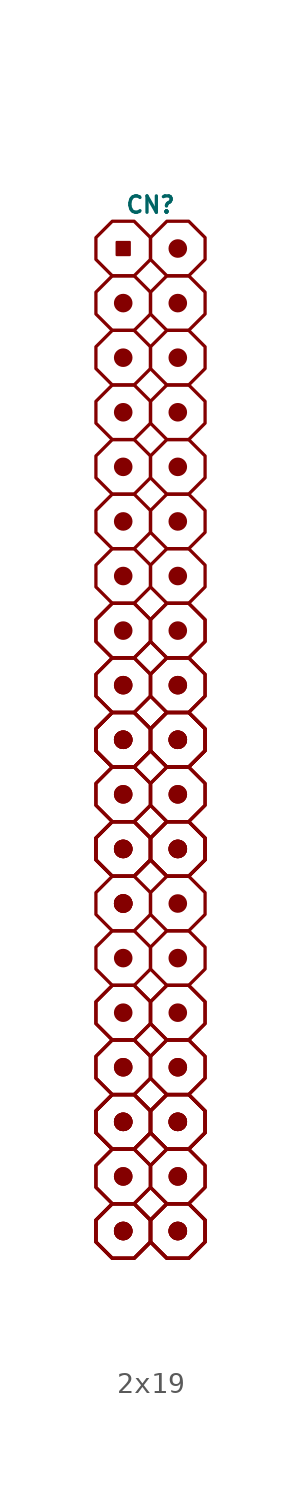
<source format=kicad_sym>
(kicad_symbol_lib
  (version 20220914)
  (generator kicad_symbol_editor)
  (symbol "2x19"
    (pin_numbers hide)
    (pin_names
      (offset 0) hide)
    (property "Reference" "CN"
      (at 0 24.892 0)
      (effects (font (size 0.762 0.762))))
    (symbol "2x19_0_1"
      (rectangle (start -1.575 23.165) (end -0.965 22.555) (stroke (width 0.102) (type solid)) (fill (type outline)))
      (circle (center -1.27 -22.86) (radius 0.356) (stroke (width 0) (type solid)) (fill (type outline)))
      (circle (center -1.27 -22.86) (radius 0.356) (stroke (width 0) (type solid)) (fill (type outline)))
      (circle (center -1.27 -22.86) (radius 0.356) (stroke (width 0) (type solid)) (fill (type outline)))
      (circle (center -1.27 -22.86) (radius 0.356) (stroke (width 0) (type solid)) (fill (type outline)))
      (circle (center -1.27 -20.32) (radius 0.356) (stroke (width 0) (type solid)) (fill (type outline)))
      (circle (center -1.27 -20.32) (radius 0.356) (stroke (width 0) (type solid)) (fill (type outline)))
      (circle (center -1.27 -17.78) (radius 0.356) (stroke (width 0) (type solid)) (fill (type outline)))
      (circle (center -1.27 -17.78) (radius 0.356) (stroke (width 0) (type solid)) (fill (type outline)))
      (circle (center -1.27 -17.78) (radius 0.356) (stroke (width 0) (type solid)) (fill (type outline)))
      (circle (center -1.27 -17.78) (radius 0.356) (stroke (width 0) (type solid)) (fill (type outline)))
      (circle (center -1.27 -15.24) (radius 0.356) (stroke (width 0) (type solid)) (fill (type outline)))
      (circle (center -1.27 -15.24) (radius 0.356) (stroke (width 0) (type solid)) (fill (type outline)))
      (circle (center -1.27 -12.7) (radius 0.356) (stroke (width 0) (type solid)) (fill (type outline)))
      (circle (center -1.27 -10.16) (radius 0.356) (stroke (width 0) (type solid)) (fill (type outline)))
      (circle (center -1.27 -7.62) (radius 0.356) (stroke (width 0) (type solid)) (fill (type outline)))
      (circle (center -1.27 -7.62) (radius 0.356) (stroke (width 0) (type solid)) (fill (type outline)))
      (circle (center -1.27 -7.62) (radius 0.356) (stroke (width 0) (type solid)) (fill (type outline)))
      (circle (center -1.27 -7.62) (radius 0.356) (stroke (width 0) (type solid)) (fill (type outline)))
      (circle (center -1.27 -5.08) (radius 0.356) (stroke (width 0) (type solid)) (fill (type outline)))
      (circle (center -1.27 -5.08) (radius 0.356) (stroke (width 0) (type solid)) (fill (type outline)))
      (circle (center -1.27 -5.08) (radius 0.356) (stroke (width 0) (type solid)) (fill (type outline)))
      (circle (center -1.27 -5.08) (radius 0.356) (stroke (width 0) (type solid)) (fill (type outline)))
      (circle (center -1.27 -2.54) (radius 0.356) (stroke (width 0) (type solid)) (fill (type outline)))
      (circle (center -1.27 -2.54) (radius 0.356) (stroke (width 0) (type solid)) (fill (type outline)))
      (circle (center -1.27 0) (radius 0.356) (stroke (width 0) (type solid)) (fill (type outline)))
      (circle (center -1.27 0) (radius 0.356) (stroke (width 0) (type solid)) (fill (type outline)))
      (circle (center -1.27 0) (radius 0.356) (stroke (width 0) (type solid)) (fill (type outline)))
      (circle (center -1.27 0) (radius 0.356) (stroke (width 0) (type solid)) (fill (type outline)))
      (circle (center -1.27 2.54) (radius 0.356) (stroke (width 0) (type solid)) (fill (type outline)))
      (circle (center -1.27 2.54) (radius 0.356) (stroke (width 0) (type solid)) (fill (type outline)))
      (circle (center -1.27 5.08) (radius 0.356) (stroke (width 0) (type solid)) (fill (type outline)))
      (circle (center -1.27 7.62) (radius 0.356) (stroke (width 0) (type solid)) (fill (type outline)))
      (circle (center -1.27 10.16) (radius 0.356) (stroke (width 0) (type solid)) (fill (type outline)))
      (circle (center -1.27 12.7) (radius 0.356) (stroke (width 0) (type solid)) (fill (type outline)))
      (circle (center -1.27 15.24) (radius 0.356) (stroke (width 0) (type solid)) (fill (type outline)))
      (circle (center -1.27 17.78) (radius 0.356) (stroke (width 0) (type solid)) (fill (type outline)))
      (circle (center -1.27 20.32) (radius 0.356) (stroke (width 0) (type solid)) (fill (type outline)))
      (polyline (pts (xy -1.27 -24.13) (xy -1.778 -24.13) (xy -2.54 -23.368) (xy -2.54 -22.352) (xy -1.778 -21.59) (xy -0.762 -21.59) (xy 0 -22.352) (xy 0 -23.368) (xy -0.762 -24.13) (xy -1.27 -24.13)) (stroke (width 0) (type solid)) (fill (type none)))
      (polyline (pts (xy -1.27 -24.13) (xy -1.778 -24.13) (xy -2.54 -23.368) (xy -2.54 -22.352) (xy -1.778 -21.59) (xy -0.762 -21.59) (xy 0 -22.352) (xy 0 -23.368) (xy -0.762 -24.13) (xy -1.27 -24.13)) (stroke (width 0) (type solid)) (fill (type none)))
      (polyline (pts (xy -1.27 -24.13) (xy -1.778 -24.13) (xy -2.54 -23.368) (xy -2.54 -22.352) (xy -1.778 -21.59) (xy -0.762 -21.59) (xy 0 -22.352) (xy 0 -23.368) (xy -0.762 -24.13) (xy -1.27 -24.13)) (stroke (width 0) (type solid)) (fill (type none)))
      (polyline (pts (xy -1.27 -24.13) (xy -1.778 -24.13) (xy -2.54 -23.368) (xy -2.54 -22.352) (xy -1.778 -21.59) (xy -0.762 -21.59) (xy 0 -22.352) (xy 0 -23.368) (xy -0.762 -24.13) (xy -1.27 -24.13)) (stroke (width 0) (type solid)) (fill (type none)))
      (polyline (pts (xy -1.27 -21.59) (xy -1.778 -21.59) (xy -2.54 -20.828) (xy -2.54 -19.812) (xy -1.778 -19.05) (xy -0.762 -19.05) (xy 0 -19.812) (xy 0 -20.828) (xy -0.762 -21.59) (xy -1.27 -21.59)) (stroke (width 0) (type solid)) (fill (type none)))
      (polyline (pts (xy -1.27 -21.59) (xy -1.778 -21.59) (xy -2.54 -20.828) (xy -2.54 -19.812) (xy -1.778 -19.05) (xy -0.762 -19.05) (xy 0 -19.812) (xy 0 -20.828) (xy -0.762 -21.59) (xy -1.27 -21.59)) (stroke (width 0) (type solid)) (fill (type none)))
      (polyline (pts (xy -1.27 -19.05) (xy -1.778 -19.05) (xy -2.54 -18.288) (xy -2.54 -17.272) (xy -1.778 -16.51) (xy -0.762 -16.51) (xy 0 -17.272) (xy 0 -18.288) (xy -0.762 -19.05) (xy -1.27 -19.05)) (stroke (width 0) (type solid)) (fill (type none)))
      (polyline (pts (xy -1.27 -19.05) (xy -1.778 -19.05) (xy -2.54 -18.288) (xy -2.54 -17.272) (xy -1.778 -16.51) (xy -0.762 -16.51) (xy 0 -17.272) (xy 0 -18.288) (xy -0.762 -19.05) (xy -1.27 -19.05)) (stroke (width 0) (type solid)) (fill (type none)))
      (polyline (pts (xy -1.27 -19.05) (xy -1.778 -19.05) (xy -2.54 -18.288) (xy -2.54 -17.272) (xy -1.778 -16.51) (xy -0.762 -16.51) (xy 0 -17.272) (xy 0 -18.288) (xy -0.762 -19.05) (xy -1.27 -19.05)) (stroke (width 0) (type solid)) (fill (type none)))
      (polyline (pts (xy -1.27 -19.05) (xy -1.778 -19.05) (xy -2.54 -18.288) (xy -2.54 -17.272) (xy -1.778 -16.51) (xy -0.762 -16.51) (xy 0 -17.272) (xy 0 -18.288) (xy -0.762 -19.05) (xy -1.27 -19.05)) (stroke (width 0) (type solid)) (fill (type none)))
      (polyline (pts (xy -1.27 -16.51) (xy -1.778 -16.51) (xy -2.54 -15.748) (xy -2.54 -14.732) (xy -1.778 -13.97) (xy -0.762 -13.97) (xy 0 -14.732) (xy 0 -15.748) (xy -0.762 -16.51) (xy -1.27 -16.51)) (stroke (width 0) (type solid)) (fill (type none)))
      (polyline (pts (xy -1.27 -16.51) (xy -1.778 -16.51) (xy -2.54 -15.748) (xy -2.54 -14.732) (xy -1.778 -13.97) (xy -0.762 -13.97) (xy 0 -14.732) (xy 0 -15.748) (xy -0.762 -16.51) (xy -1.27 -16.51)) (stroke (width 0) (type solid)) (fill (type none)))
      (polyline (pts (xy -1.27 -13.97) (xy -1.778 -13.97) (xy -2.54 -13.208) (xy -2.54 -12.192) (xy -1.778 -11.43) (xy -0.762 -11.43) (xy 0 -12.192) (xy 0 -13.208) (xy -0.762 -13.97) (xy -1.27 -13.97)) (stroke (width 0) (type solid)) (fill (type none)))
      (polyline (pts (xy -1.27 -13.97) (xy -1.778 -13.97) (xy -2.54 -13.208) (xy -2.54 -12.192) (xy -1.778 -11.43) (xy -0.762 -11.43) (xy 0 -12.192) (xy 0 -13.208) (xy -0.762 -13.97) (xy -1.27 -13.97)) (stroke (width 0) (type solid)) (fill (type none)))
      (polyline (pts (xy -1.27 -11.43) (xy -1.778 -11.43) (xy -2.54 -10.668) (xy -2.54 -9.652) (xy -1.778 -8.89) (xy -0.762 -8.89) (xy 0 -9.652) (xy 0 -10.668) (xy -0.762 -11.43) (xy -1.27 -11.43)) (stroke (width 0) (type solid)) (fill (type none)))
      (polyline (pts (xy -1.27 -8.89) (xy -1.778 -8.89) (xy -2.54 -8.128) (xy -2.54 -7.112) (xy -1.778 -6.35) (xy -0.762 -6.35) (xy 0 -7.112) (xy 0 -8.128) (xy -0.762 -8.89) (xy -1.27 -8.89)) (stroke (width 0) (type solid)) (fill (type none)))
      (polyline (pts (xy -1.27 -6.35) (xy -1.778 -6.35) (xy -2.54 -5.588) (xy -2.54 -4.572) (xy -1.778 -3.81) (xy -0.762 -3.81) (xy 0 -4.572) (xy 0 -5.588) (xy -0.762 -6.35) (xy -1.27 -6.35)) (stroke (width 0) (type solid)) (fill (type none)))
      (polyline (pts (xy -1.27 -6.35) (xy -1.778 -6.35) (xy -2.54 -5.588) (xy -2.54 -4.572) (xy -1.778 -3.81) (xy -0.762 -3.81) (xy 0 -4.572) (xy 0 -5.588) (xy -0.762 -6.35) (xy -1.27 -6.35)) (stroke (width 0) (type solid)) (fill (type none)))
      (polyline (pts (xy -1.27 -6.35) (xy -1.778 -6.35) (xy -2.54 -5.588) (xy -2.54 -4.572) (xy -1.778 -3.81) (xy -0.762 -3.81) (xy 0 -4.572) (xy 0 -5.588) (xy -0.762 -6.35) (xy -1.27 -6.35)) (stroke (width 0) (type solid)) (fill (type none)))
      (polyline (pts (xy -1.27 -6.35) (xy -1.778 -6.35) (xy -2.54 -5.588) (xy -2.54 -4.572) (xy -1.778 -3.81) (xy -0.762 -3.81) (xy 0 -4.572) (xy 0 -5.588) (xy -0.762 -6.35) (xy -1.27 -6.35)) (stroke (width 0) (type solid)) (fill (type none)))
      (polyline (pts (xy -1.27 -3.81) (xy -1.778 -3.81) (xy -2.54 -3.048) (xy -2.54 -2.032) (xy -1.778 -1.27) (xy -0.762 -1.27) (xy 0 -2.032) (xy 0 -3.048) (xy -0.762 -3.81) (xy -1.27 -3.81)) (stroke (width 0) (type solid)) (fill (type none)))
      (polyline (pts (xy -1.27 -3.81) (xy -1.778 -3.81) (xy -2.54 -3.048) (xy -2.54 -2.032) (xy -1.778 -1.27) (xy -0.762 -1.27) (xy 0 -2.032) (xy 0 -3.048) (xy -0.762 -3.81) (xy -1.27 -3.81)) (stroke (width 0) (type solid)) (fill (type none)))
      (polyline (pts (xy -1.27 -1.27) (xy -1.778 -1.27) (xy -2.54 -0.508) (xy -2.54 0.508) (xy -1.778 1.27) (xy -0.762 1.27) (xy 0 0.508) (xy 0 -0.508) (xy -0.762 -1.27) (xy -1.27 -1.27)) (stroke (width 0) (type solid)) (fill (type none)))
      (polyline (pts (xy -1.27 -1.27) (xy -1.778 -1.27) (xy -2.54 -0.508) (xy -2.54 0.508) (xy -1.778 1.27) (xy -0.762 1.27) (xy 0 0.508) (xy 0 -0.508) (xy -0.762 -1.27) (xy -1.27 -1.27)) (stroke (width 0) (type solid)) (fill (type none)))
      (polyline (pts (xy -1.27 -1.27) (xy -1.778 -1.27) (xy -2.54 -0.508) (xy -2.54 0.508) (xy -1.778 1.27) (xy -0.762 1.27) (xy 0 0.508) (xy 0 -0.508) (xy -0.762 -1.27) (xy -1.27 -1.27)) (stroke (width 0) (type solid)) (fill (type none)))
      (polyline (pts (xy -1.27 -1.27) (xy -1.778 -1.27) (xy -2.54 -0.508) (xy -2.54 0.508) (xy -1.778 1.27) (xy -0.762 1.27) (xy 0 0.508) (xy 0 -0.508) (xy -0.762 -1.27) (xy -1.27 -1.27)) (stroke (width 0) (type solid)) (fill (type none)))
      (polyline (pts (xy -1.27 1.27) (xy -1.778 1.27) (xy -2.54 2.032) (xy -2.54 3.048) (xy -1.778 3.81) (xy -0.762 3.81) (xy 0 3.048) (xy 0 2.032) (xy -0.762 1.27) (xy -1.27 1.27)) (stroke (width 0) (type solid)) (fill (type none)))
      (polyline (pts (xy -1.27 1.27) (xy -1.778 1.27) (xy -2.54 2.032) (xy -2.54 3.048) (xy -1.778 3.81) (xy -0.762 3.81) (xy 0 3.048) (xy 0 2.032) (xy -0.762 1.27) (xy -1.27 1.27)) (stroke (width 0) (type solid)) (fill (type none)))
      (polyline (pts (xy -1.27 3.81) (xy -1.778 3.81) (xy -2.54 4.572) (xy -2.54 5.588) (xy -1.778 6.35) (xy -0.762 6.35) (xy 0 5.588) (xy 0 4.572) (xy -0.762 3.81) (xy -1.27 3.81)) (stroke (width 0) (type solid)) (fill (type none)))
      (polyline (pts (xy -1.27 3.81) (xy -1.778 3.81) (xy -2.54 4.572) (xy -2.54 5.588) (xy -1.778 6.35) (xy -0.762 6.35) (xy 0 5.588) (xy 0 4.572) (xy -0.762 3.81) (xy -1.27 3.81)) (stroke (width 0) (type solid)) (fill (type none)))
      (polyline (pts (xy -1.27 6.35) (xy -1.778 6.35) (xy -2.54 7.112) (xy -2.54 8.128) (xy -1.778 8.89) (xy -0.762 8.89) (xy 0 8.128) (xy 0 7.112) (xy -0.762 6.35) (xy -1.27 6.35)) (stroke (width 0) (type solid)) (fill (type none)))
      (polyline (pts (xy -1.27 8.89) (xy -1.778 8.89) (xy -2.54 9.652) (xy -2.54 10.668) (xy -1.778 11.43) (xy -0.762 11.43) (xy 0 10.668) (xy 0 9.652) (xy -0.762 8.89) (xy -1.27 8.89)) (stroke (width 0) (type solid)) (fill (type none)))
      (polyline (pts (xy -1.27 11.43) (xy -1.778 11.43) (xy -2.54 12.192) (xy -2.54 13.208) (xy -1.778 13.97) (xy -0.762 13.97) (xy 0 13.208) (xy 0 12.192) (xy -0.762 11.43) (xy -1.27 11.43)) (stroke (width 0) (type solid)) (fill (type none)))
      (polyline (pts (xy -1.27 13.97) (xy -1.778 13.97) (xy -2.54 14.732) (xy -2.54 15.748) (xy -1.778 16.51) (xy -0.762 16.51) (xy 0 15.748) (xy 0 14.732) (xy -0.762 13.97) (xy -1.27 13.97)) (stroke (width 0) (type solid)) (fill (type none)))
      (polyline (pts (xy -1.27 16.51) (xy -1.778 16.51) (xy -2.54 17.272) (xy -2.54 18.288) (xy -1.778 19.05) (xy -0.762 19.05) (xy 0 18.288) (xy 0 17.272) (xy -0.762 16.51) (xy -1.27 16.51)) (stroke (width 0) (type solid)) (fill (type none)))
      (polyline (pts (xy -1.27 19.05) (xy -1.778 19.05) (xy -2.54 19.812) (xy -2.54 20.828) (xy -1.778 21.59) (xy -0.762 21.59) (xy 0 20.828) (xy 0 19.812) (xy -0.762 19.05) (xy -1.27 19.05)) (stroke (width 0) (type solid)) (fill (type none)))
      (polyline (pts (xy -1.27 21.59) (xy -1.778 21.59) (xy -2.54 22.352) (xy -2.54 23.368) (xy -1.778 24.13) (xy -0.762 24.13) (xy 0 23.368) (xy 0 22.352) (xy -0.762 21.59) (xy -1.27 21.59)) (stroke (width 0) (type solid)) (fill (type none)))
      (polyline (pts (xy 1.27 -24.13) (xy 0.762 -24.13) (xy 0 -23.368) (xy 0 -22.352) (xy 0.762 -21.59) (xy 1.778 -21.59) (xy 2.54 -22.352) (xy 2.54 -23.368) (xy 1.778 -24.13) (xy 1.27 -24.13)) (stroke (width 0) (type solid)) (fill (type none)))
      (polyline (pts (xy 1.27 -24.13) (xy 0.762 -24.13) (xy 0 -23.368) (xy 0 -22.352) (xy 0.762 -21.59) (xy 1.778 -21.59) (xy 2.54 -22.352) (xy 2.54 -23.368) (xy 1.778 -24.13) (xy 1.27 -24.13)) (stroke (width 0) (type solid)) (fill (type none)))
      (polyline (pts (xy 1.27 -24.13) (xy 0.762 -24.13) (xy 0 -23.368) (xy 0 -22.352) (xy 0.762 -21.59) (xy 1.778 -21.59) (xy 2.54 -22.352) (xy 2.54 -23.368) (xy 1.778 -24.13) (xy 1.27 -24.13)) (stroke (width 0) (type solid)) (fill (type none)))
      (polyline (pts (xy 1.27 -24.13) (xy 0.762 -24.13) (xy 0 -23.368) (xy 0 -22.352) (xy 0.762 -21.59) (xy 1.778 -21.59) (xy 2.54 -22.352) (xy 2.54 -23.368) (xy 1.778 -24.13) (xy 1.27 -24.13)) (stroke (width 0) (type solid)) (fill (type none)))
      (polyline (pts (xy 1.27 -21.59) (xy 0.762 -21.59) (xy 0 -20.828) (xy 0 -19.812) (xy 0.762 -19.05) (xy 1.778 -19.05) (xy 2.54 -19.812) (xy 2.54 -20.828) (xy 1.778 -21.59) (xy 1.27 -21.59)) (stroke (width 0) (type solid)) (fill (type none)))
      (polyline (pts (xy 1.27 -21.59) (xy 0.762 -21.59) (xy 0 -20.828) (xy 0 -19.812) (xy 0.762 -19.05) (xy 1.778 -19.05) (xy 2.54 -19.812) (xy 2.54 -20.828) (xy 1.778 -21.59) (xy 1.27 -21.59)) (stroke (width 0) (type solid)) (fill (type none)))
      (polyline (pts (xy 1.27 -19.05) (xy 0.762 -19.05) (xy 0 -18.288) (xy 0 -17.272) (xy 0.762 -16.51) (xy 1.778 -16.51) (xy 2.54 -17.272) (xy 2.54 -18.288) (xy 1.778 -19.05) (xy 1.27 -19.05)) (stroke (width 0) (type solid)) (fill (type none)))
      (polyline (pts (xy 1.27 -19.05) (xy 0.762 -19.05) (xy 0 -18.288) (xy 0 -17.272) (xy 0.762 -16.51) (xy 1.778 -16.51) (xy 2.54 -17.272) (xy 2.54 -18.288) (xy 1.778 -19.05) (xy 1.27 -19.05)) (stroke (width 0) (type solid)) (fill (type none)))
      (polyline (pts (xy 1.27 -19.05) (xy 0.762 -19.05) (xy 0 -18.288) (xy 0 -17.272) (xy 0.762 -16.51) (xy 1.778 -16.51) (xy 2.54 -17.272) (xy 2.54 -18.288) (xy 1.778 -19.05) (xy 1.27 -19.05)) (stroke (width 0) (type solid)) (fill (type none)))
      (polyline (pts (xy 1.27 -19.05) (xy 0.762 -19.05) (xy 0 -18.288) (xy 0 -17.272) (xy 0.762 -16.51) (xy 1.778 -16.51) (xy 2.54 -17.272) (xy 2.54 -18.288) (xy 1.778 -19.05) (xy 1.27 -19.05)) (stroke (width 0) (type solid)) (fill (type none)))
      (polyline (pts (xy 1.27 -16.51) (xy 0.762 -16.51) (xy 0 -15.748) (xy 0 -14.732) (xy 0.762 -13.97) (xy 1.778 -13.97) (xy 2.54 -14.732) (xy 2.54 -15.748) (xy 1.778 -16.51) (xy 1.27 -16.51)) (stroke (width 0) (type solid)) (fill (type none)))
      (polyline (pts (xy 1.27 -16.51) (xy 0.762 -16.51) (xy 0 -15.748) (xy 0 -14.732) (xy 0.762 -13.97) (xy 1.778 -13.97) (xy 2.54 -14.732) (xy 2.54 -15.748) (xy 1.778 -16.51) (xy 1.27 -16.51)) (stroke (width 0) (type solid)) (fill (type none)))
      (polyline (pts (xy 1.27 -13.97) (xy 0.762 -13.97) (xy 0 -13.208) (xy 0 -12.192) (xy 0.762 -11.43) (xy 1.778 -11.43) (xy 2.54 -12.192) (xy 2.54 -13.208) (xy 1.778 -13.97) (xy 1.27 -13.97)) (stroke (width 0) (type solid)) (fill (type none)))
      (polyline (pts (xy 1.27 -13.97) (xy 0.762 -13.97) (xy 0 -13.208) (xy 0 -12.192) (xy 0.762 -11.43) (xy 1.778 -11.43) (xy 2.54 -12.192) (xy 2.54 -13.208) (xy 1.778 -13.97) (xy 1.27 -13.97)) (stroke (width 0) (type solid)) (fill (type none)))
      (polyline (pts (xy 1.27 -11.43) (xy 0.762 -11.43) (xy 0 -10.668) (xy 0 -9.652) (xy 0.762 -8.89) (xy 1.778 -8.89) (xy 2.54 -9.652) (xy 2.54 -10.668) (xy 1.778 -11.43) (xy 1.27 -11.43)) (stroke (width 0) (type solid)) (fill (type none)))
      (polyline (pts (xy 1.27 -8.89) (xy 0.762 -8.89) (xy 0 -8.128) (xy 0 -7.112) (xy 0.762 -6.35) (xy 1.778 -6.35) (xy 2.54 -7.112) (xy 2.54 -8.128) (xy 1.778 -8.89) (xy 1.27 -8.89)) (stroke (width 0) (type solid)) (fill (type none)))
      (polyline (pts (xy 1.27 -6.35) (xy 0.762 -6.35) (xy 0 -5.588) (xy 0 -4.572) (xy 0.762 -3.81) (xy 1.778 -3.81) (xy 2.54 -4.572) (xy 2.54 -5.588) (xy 1.778 -6.35) (xy 1.27 -6.35)) (stroke (width 0) (type solid)) (fill (type none)))
      (polyline (pts (xy 1.27 -6.35) (xy 0.762 -6.35) (xy 0 -5.588) (xy 0 -4.572) (xy 0.762 -3.81) (xy 1.778 -3.81) (xy 2.54 -4.572) (xy 2.54 -5.588) (xy 1.778 -6.35) (xy 1.27 -6.35)) (stroke (width 0) (type solid)) (fill (type none)))
      (polyline (pts (xy 1.27 -6.35) (xy 0.762 -6.35) (xy 0 -5.588) (xy 0 -4.572) (xy 0.762 -3.81) (xy 1.778 -3.81) (xy 2.54 -4.572) (xy 2.54 -5.588) (xy 1.778 -6.35) (xy 1.27 -6.35)) (stroke (width 0) (type solid)) (fill (type none)))
      (polyline (pts (xy 1.27 -6.35) (xy 0.762 -6.35) (xy 0 -5.588) (xy 0 -4.572) (xy 0.762 -3.81) (xy 1.778 -3.81) (xy 2.54 -4.572) (xy 2.54 -5.588) (xy 1.778 -6.35) (xy 1.27 -6.35)) (stroke (width 0) (type solid)) (fill (type none)))
      (polyline (pts (xy 1.27 -3.81) (xy 0.762 -3.81) (xy 0 -3.048) (xy 0 -2.032) (xy 0.762 -1.27) (xy 1.778 -1.27) (xy 2.54 -2.032) (xy 2.54 -3.048) (xy 1.778 -3.81) (xy 1.27 -3.81)) (stroke (width 0) (type solid)) (fill (type none)))
      (polyline (pts (xy 1.27 -3.81) (xy 0.762 -3.81) (xy 0 -3.048) (xy 0 -2.032) (xy 0.762 -1.27) (xy 1.778 -1.27) (xy 2.54 -2.032) (xy 2.54 -3.048) (xy 1.778 -3.81) (xy 1.27 -3.81)) (stroke (width 0) (type solid)) (fill (type none)))
      (polyline (pts (xy 1.27 -1.27) (xy 0.762 -1.27) (xy 0 -0.508) (xy 0 0.508) (xy 0.762 1.27) (xy 1.778 1.27) (xy 2.54 0.508) (xy 2.54 -0.508) (xy 1.778 -1.27) (xy 1.27 -1.27)) (stroke (width 0) (type solid)) (fill (type none)))
      (polyline (pts (xy 1.27 -1.27) (xy 0.762 -1.27) (xy 0 -0.508) (xy 0 0.508) (xy 0.762 1.27) (xy 1.778 1.27) (xy 2.54 0.508) (xy 2.54 -0.508) (xy 1.778 -1.27) (xy 1.27 -1.27)) (stroke (width 0) (type solid)) (fill (type none)))
      (polyline (pts (xy 1.27 -1.27) (xy 0.762 -1.27) (xy 0 -0.508) (xy 0 0.508) (xy 0.762 1.27) (xy 1.778 1.27) (xy 2.54 0.508) (xy 2.54 -0.508) (xy 1.778 -1.27) (xy 1.27 -1.27)) (stroke (width 0) (type solid)) (fill (type none)))
      (polyline (pts (xy 1.27 -1.27) (xy 0.762 -1.27) (xy 0 -0.508) (xy 0 0.508) (xy 0.762 1.27) (xy 1.778 1.27) (xy 2.54 0.508) (xy 2.54 -0.508) (xy 1.778 -1.27) (xy 1.27 -1.27)) (stroke (width 0) (type solid)) (fill (type none)))
      (polyline (pts (xy 1.27 1.27) (xy 0.762 1.27) (xy 0 2.032) (xy 0 3.048) (xy 0.762 3.81) (xy 1.778 3.81) (xy 2.54 3.048) (xy 2.54 2.032) (xy 1.778 1.27) (xy 1.27 1.27)) (stroke (width 0) (type solid)) (fill (type none)))
      (polyline (pts (xy 1.27 1.27) (xy 0.762 1.27) (xy 0 2.032) (xy 0 3.048) (xy 0.762 3.81) (xy 1.778 3.81) (xy 2.54 3.048) (xy 2.54 2.032) (xy 1.778 1.27) (xy 1.27 1.27)) (stroke (width 0) (type solid)) (fill (type none)))
      (polyline (pts (xy 1.27 3.81) (xy 0.762 3.81) (xy 0 4.572) (xy 0 5.588) (xy 0.762 6.35) (xy 1.778 6.35) (xy 2.54 5.588) (xy 2.54 4.572) (xy 1.778 3.81) (xy 1.27 3.81)) (stroke (width 0) (type solid)) (fill (type none)))
      (polyline (pts (xy 1.27 3.81) (xy 0.762 3.81) (xy 0 4.572) (xy 0 5.588) (xy 0.762 6.35) (xy 1.778 6.35) (xy 2.54 5.588) (xy 2.54 4.572) (xy 1.778 3.81) (xy 1.27 3.81)) (stroke (width 0) (type solid)) (fill (type none)))
      (polyline (pts (xy 1.27 6.35) (xy 0.762 6.35) (xy 0 7.112) (xy 0 8.128) (xy 0.762 8.89) (xy 1.778 8.89) (xy 2.54 8.128) (xy 2.54 7.112) (xy 1.778 6.35) (xy 1.27 6.35)) (stroke (width 0) (type solid)) (fill (type none)))
      (polyline (pts (xy 1.27 8.89) (xy 0.762 8.89) (xy 0 9.652) (xy 0 10.668) (xy 0.762 11.43) (xy 1.778 11.43) (xy 2.54 10.668) (xy 2.54 9.652) (xy 1.778 8.89) (xy 1.27 8.89)) (stroke (width 0) (type solid)) (fill (type none)))
      (polyline (pts (xy 1.27 11.43) (xy 0.762 11.43) (xy 0 12.192) (xy 0 13.208) (xy 0.762 13.97) (xy 1.778 13.97) (xy 2.54 13.208) (xy 2.54 12.192) (xy 1.778 11.43) (xy 1.27 11.43)) (stroke (width 0) (type solid)) (fill (type none)))
      (polyline (pts (xy 1.27 13.97) (xy 0.762 13.97) (xy 0 14.732) (xy 0 15.748) (xy 0.762 16.51) (xy 1.778 16.51) (xy 2.54 15.748) (xy 2.54 14.732) (xy 1.778 13.97) (xy 1.27 13.97)) (stroke (width 0) (type solid)) (fill (type none)))
      (polyline (pts (xy 1.27 16.51) (xy 0.762 16.51) (xy 0 17.272) (xy 0 18.288) (xy 0.762 19.05) (xy 1.778 19.05) (xy 2.54 18.288) (xy 2.54 17.272) (xy 1.778 16.51) (xy 1.27 16.51)) (stroke (width 0) (type solid)) (fill (type none)))
      (polyline (pts (xy 1.27 19.05) (xy 0.762 19.05) (xy 0 19.812) (xy 0 20.828) (xy 0.762 21.59) (xy 1.778 21.59) (xy 2.54 20.828) (xy 2.54 19.812) (xy 1.778 19.05) (xy 1.27 19.05)) (stroke (width 0) (type solid)) (fill (type none)))
      (polyline (pts (xy 1.27 21.59) (xy 0.762 21.59) (xy 0 22.352) (xy 0 23.368) (xy 0.762 24.13) (xy 1.778 24.13) (xy 2.54 23.368) (xy 2.54 22.352) (xy 1.778 21.59) (xy 1.27 21.59)) (stroke (width 0) (type solid)) (fill (type none)))
      (circle (center 1.27 -22.86) (radius 0.356) (stroke (width 0) (type solid)) (fill (type outline)))
      (circle (center 1.27 -22.86) (radius 0.356) (stroke (width 0) (type solid)) (fill (type outline)))
      (circle (center 1.27 -22.86) (radius 0.356) (stroke (width 0) (type solid)) (fill (type outline)))
      (circle (center 1.27 -22.86) (radius 0.356) (stroke (width 0) (type solid)) (fill (type outline)))
      (circle (center 1.27 -20.32) (radius 0.356) (stroke (width 0) (type solid)) (fill (type outline)))
      (circle (center 1.27 -20.32) (radius 0.356) (stroke (width 0) (type solid)) (fill (type outline)))
      (circle (center 1.27 -17.78) (radius 0.356) (stroke (width 0) (type solid)) (fill (type outline)))
      (circle (center 1.27 -17.78) (radius 0.356) (stroke (width 0) (type solid)) (fill (type outline)))
      (circle (center 1.27 -17.78) (radius 0.356) (stroke (width 0) (type solid)) (fill (type outline)))
      (circle (center 1.27 -17.78) (radius 0.356) (stroke (width 0) (type solid)) (fill (type outline)))
      (circle (center 1.27 -15.24) (radius 0.356) (stroke (width 0) (type solid)) (fill (type outline)))
      (circle (center 1.27 -15.24) (radius 0.356) (stroke (width 0) (type solid)) (fill (type outline)))
      (circle (center 1.27 -12.7) (radius 0.356) (stroke (width 0) (type solid)) (fill (type outline)))
      (circle (center 1.27 -10.16) (radius 0.356) (stroke (width 0) (type solid)) (fill (type outline)))
      (circle (center 1.27 -7.62) (radius 0.356) (stroke (width 0) (type solid)) (fill (type outline)))
      (circle (center 1.27 -5.08) (radius 0.356) (stroke (width 0) (type solid)) (fill (type outline)))
      (circle (center 1.27 -5.08) (radius 0.356) (stroke (width 0) (type solid)) (fill (type outline)))
      (circle (center 1.27 -5.08) (radius 0.356) (stroke (width 0) (type solid)) (fill (type outline)))
      (circle (center 1.27 -5.08) (radius 0.356) (stroke (width 0) (type solid)) (fill (type outline)))
      (circle (center 1.27 -2.54) (radius 0.356) (stroke (width 0) (type solid)) (fill (type outline)))
      (circle (center 1.27 -2.54) (radius 0.356) (stroke (width 0) (type solid)) (fill (type outline)))
      (circle (center 1.27 0) (radius 0.356) (stroke (width 0) (type solid)) (fill (type outline)))
      (circle (center 1.27 0) (radius 0.356) (stroke (width 0) (type solid)) (fill (type outline)))
      (circle (center 1.27 0) (radius 0.356) (stroke (width 0) (type solid)) (fill (type outline)))
      (circle (center 1.27 0) (radius 0.356) (stroke (width 0) (type solid)) (fill (type outline)))
      (circle (center 1.27 2.54) (radius 0.356) (stroke (width 0) (type solid)) (fill (type outline)))
      (circle (center 1.27 2.54) (radius 0.356) (stroke (width 0) (type solid)) (fill (type outline)))
      (circle (center 1.27 5.08) (radius 0.356) (stroke (width 0) (type solid)) (fill (type outline)))
      (circle (center 1.27 7.62) (radius 0.356) (stroke (width 0) (type solid)) (fill (type outline)))
      (circle (center 1.27 10.16) (radius 0.356) (stroke (width 0) (type solid)) (fill (type outline)))
      (circle (center 1.27 12.7) (radius 0.356) (stroke (width 0) (type solid)) (fill (type outline)))
      (circle (center 1.27 15.24) (radius 0.356) (stroke (width 0) (type solid)) (fill (type outline)))
      (circle (center 1.27 17.78) (radius 0.356) (stroke (width 0) (type solid)) (fill (type outline)))
      (circle (center 1.27 20.32) (radius 0.356) (stroke (width 0) (type solid)) (fill (type outline)))
      (circle (center 1.27 22.86) (radius 0.356) (stroke (width 0) (type solid)) (fill (type outline))))
    (symbol "2x19_1_1"
      (pin passive line (at -1.27 22.86 0) (length 0) (name "1" (effects (font (size 0.889 0.889)))) (number "1" (effects (font (size 0.889 0.889)))))
      (pin passive line (at 1.27 12.7 180) (length 0) (name "10" (effects (font (size 0.889 0.889)))) (number "10" (effects (font (size 0.889 0.889)))))
      (pin passive line (at -1.27 10.16 0) (length 0) (name "11" (effects (font (size 0.889 0.889)))) (number "11" (effects (font (size 0.889 0.889)))))
      (pin passive line (at 1.27 10.16 180) (length 0) (name "12" (effects (font (size 0.889 0.889)))) (number "12" (effects (font (size 0.889 0.889)))))
      (pin passive line (at -1.27 7.62 0) (length 0) (name "13" (effects (font (size 0.889 0.889)))) (number "13" (effects (font (size 0.889 0.889)))))
      (pin passive line (at 1.27 7.62 180) (length 0) (name "14" (effects (font (size 0.889 0.889)))) (number "14" (effects (font (size 0.889 0.889)))))
      (pin passive line (at -1.27 5.08 0) (length 0) (name "15" (effects (font (size 0.889 0.889)))) (number "15" (effects (font (size 0.889 0.889)))))
      (pin passive line (at 1.27 5.08 180) (length 0) (name "16" (effects (font (size 0.889 0.889)))) (number "16" (effects (font (size 0.889 0.889)))))
      (pin passive line (at -1.27 2.54 0) (length 0) (name "17" (effects (font (size 0.889 0.889)))) (number "17" (effects (font (size 0.889 0.889)))))
      (pin passive line (at 1.27 2.54 180) (length 0) (name "18" (effects (font (size 0.889 0.889)))) (number "18" (effects (font (size 0.889 0.889)))))
      (pin passive line (at -1.27 0 0) (length 0) (name "19" (effects (font (size 0.889 0.889)))) (number "19" (effects (font (size 0.889 0.889)))))
      (pin passive line (at 1.27 22.86 180) (length 0) (name "2" (effects (font (size 0.889 0.889)))) (number "2" (effects (font (size 0.889 0.889)))))
      (pin passive line (at 1.27 0 180) (length 0) (name "20" (effects (font (size 0.889 0.889)))) (number "20" (effects (font (size 0.889 0.889)))))
      (pin passive line (at -1.27 -2.54 0) (length 0) (name "21" (effects (font (size 0.889 0.889)))) (number "21" (effects (font (size 0.889 0.889)))))
      (pin passive line (at 1.27 -2.54 180) (length 0) (name "22" (effects (font (size 0.889 0.889)))) (number "22" (effects (font (size 0.889 0.889)))))
      (pin passive line (at -1.27 -5.08 0) (length 0) (name "23" (effects (font (size 0.889 0.889)))) (number "23" (effects (font (size 0.889 0.889)))))
      (pin passive line (at 1.27 -5.08 180) (length 0) (name "24" (effects (font (size 0.889 0.889)))) (number "24" (effects (font (size 0.889 0.889)))))
      (pin passive line (at -1.27 -7.62 0) (length 0) (name "25" (effects (font (size 0.889 0.889)))) (number "25" (effects (font (size 0.889 0.889)))))
      (pin passive line (at 1.27 -7.62 180) (length 0) (name "26" (effects (font (size 0.889 0.889)))) (number "26" (effects (font (size 0.889 0.889)))))
      (pin passive line (at -1.27 -10.16 0) (length 0) (name "27" (effects (font (size 0.889 0.889)))) (number "27" (effects (font (size 0.889 0.889)))))
      (pin passive line (at 1.27 -10.16 180) (length 0) (name "28" (effects (font (size 0.889 0.889)))) (number "28" (effects (font (size 0.889 0.889)))))
      (pin passive line (at -1.27 -12.7 0) (length 0) (name "29" (effects (font (size 0.889 0.889)))) (number "29" (effects (font (size 0.889 0.889)))))
      (pin passive line (at -1.27 20.32 0) (length 0) (name "3" (effects (font (size 0.889 0.889)))) (number "3" (effects (font (size 0.889 0.889)))))
      (pin passive line (at 1.27 -12.7 180) (length 0) (name "30" (effects (font (size 0.889 0.889)))) (number "30" (effects (font (size 0.889 0.889)))))
      (pin passive line (at -1.27 -15.24 0) (length 0) (name "31" (effects (font (size 0.889 0.889)))) (number "31" (effects (font (size 0.889 0.889)))))
      (pin passive line (at 1.27 -15.24 180) (length 0) (name "32" (effects (font (size 0.889 0.889)))) (number "32" (effects (font (size 0.889 0.889)))))
      (pin passive line (at -1.27 -17.78 0) (length 0) (name "33" (effects (font (size 0.889 0.889)))) (number "33" (effects (font (size 0.889 0.889)))))
      (pin passive line (at 1.27 -17.78 180) (length 0) (name "34" (effects (font (size 0.889 0.889)))) (number "34" (effects (font (size 0.889 0.889)))))
      (pin passive line (at -1.27 -20.32 0) (length 0) (name "35" (effects (font (size 0.889 0.889)))) (number "35" (effects (font (size 0.889 0.889)))))
      (pin passive line (at 1.27 -20.32 180) (length 0) (name "36" (effects (font (size 0.889 0.889)))) (number "36" (effects (font (size 0.889 0.889)))))
      (pin passive line (at -1.27 -22.86 0) (length 0) (name "37" (effects (font (size 0.889 0.889)))) (number "37" (effects (font (size 0.889 0.889)))))
      (pin passive line (at 1.27 -22.86 180) (length 0) (name "38" (effects (font (size 0.889 0.889)))) (number "38" (effects (font (size 0.889 0.889)))))
      (pin passive line (at 1.27 20.32 180) (length 0) (name "4" (effects (font (size 0.889 0.889)))) (number "4" (effects (font (size 0.889 0.889)))))
      (pin passive line (at -1.27 17.78 0) (length 0) (name "5" (effects (font (size 0.889 0.889)))) (number "5" (effects (font (size 0.889 0.889)))))
      (pin passive line (at 1.27 17.78 180) (length 0) (name "6" (effects (font (size 0.889 0.889)))) (number "6" (effects (font (size 0.889 0.889)))))
      (pin passive line (at -1.27 15.24 0) (length 0) (name "7" (effects (font (size 0.889 0.889)))) (number "7" (effects (font (size 0.889 0.889)))))
      (pin passive line (at 1.27 15.24 180) (length 0) (name "8" (effects (font (size 0.889 0.889)))) (number "8" (effects (font (size 0.889 0.889)))))
      (pin passive line (at -1.27 12.7 0) (length 0) (name "9" (effects (font (size 0.889 0.889)))) (number "9" (effects (font (size 0.889 0.889))))))))
</source>
